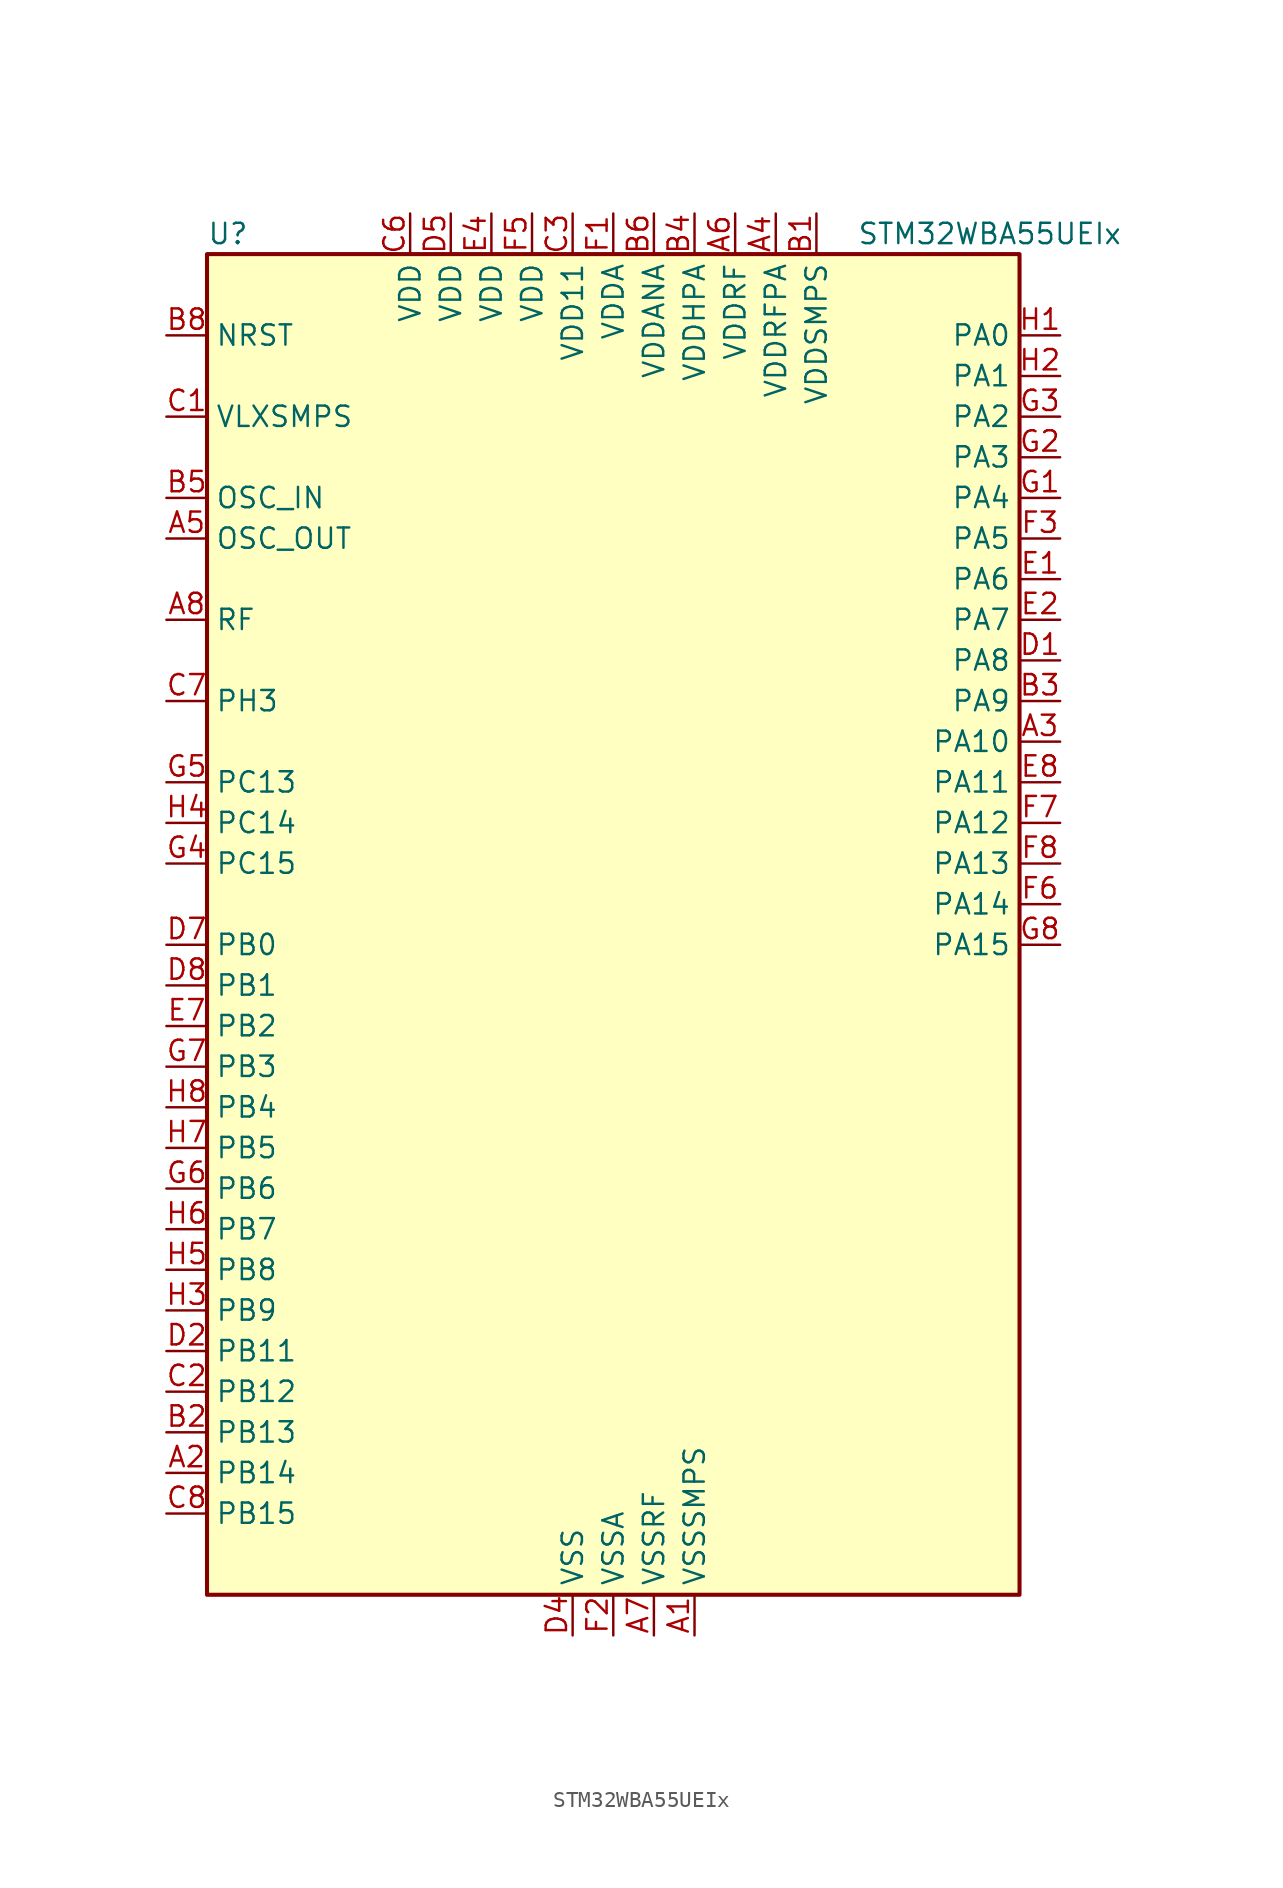
<source format=kicad_sym>
(kicad_symbol_lib
  (version 20241209)
  (generator "kicad_symbol_editor")
  (generator_version "9.0")
  (symbol "STM32WBA55UEIx"
    (property "Reference" "U"
      (at -25.4 44.45 0)
      (effects (font (size 1.27 1.27)) (justify left)))
    (property "Value" "STM32WBA55UEIx"
      (at 15.24 44.45 0)
      (effects (font (size 1.27 1.27)) (justify left)))
    (symbol "STM32WBA55UEIx_0_1"
      (rectangle (start -25.4 -40.64) (end 25.4 43.18) (stroke (width 0.254) (type default)) (fill (type background))))
    (symbol "STM32WBA55UEIx_1_1"
      (pin input line (at -27.94 38.1 0) (length 2.54) (name "NRST" (effects (font (size 1.27 1.27)))) (number "B8" (effects (font (size 1.27 1.27)))))
      (pin power_in line (at -27.94 33.02 0) (length 2.54) (name "VLXSMPS" (effects (font (size 1.27 1.27)))) (number "C1" (effects (font (size 1.27 1.27)))))
      (pin input line (at -27.94 27.94 0) (length 2.54) (name "OSC_IN" (effects (font (size 1.27 1.27)))) (number "B5" (effects (font (size 1.27 1.27)))) (alternate "RCC_OSC_IN" bidirectional line))
      (pin input line (at -27.94 25.4 0) (length 2.54) (name "OSC_OUT" (effects (font (size 1.27 1.27)))) (number "A5" (effects (font (size 1.27 1.27)))) (alternate "RCC_OSC_OUT" bidirectional line))
      (pin bidirectional line (at -27.94 20.32 0) (length 2.54) (name "RF" (effects (font (size 1.27 1.27)))) (number "A8" (effects (font (size 1.27 1.27)))))
      (pin bidirectional line (at -27.94 15.24 0) (length 2.54) (name "PH3" (effects (font (size 1.27 1.27)))) (number "C7" (effects (font (size 1.27 1.27)))) (alternate "PTA_GRANT" bidirectional line) (alternate "RF_EXTPABYP" bidirectional line) (alternate "TAMP_IN2" bidirectional line) (alternate "TAMP_OUT1" bidirectional line))
      (pin bidirectional line (at -27.94 10.16 0) (length 2.54) (name "PC13" (effects (font (size 1.27 1.27)))) (number "G5" (effects (font (size 1.27 1.27)))) (alternate "PWR_WKUP2" bidirectional line) (alternate "RTC_OUT1" bidirectional line) (alternate "RTC_TS" bidirectional line) (alternate "TAMP_IN4" bidirectional line) (alternate "TAMP_OUT5" bidirectional line) (alternate "TIM1_BKIN2" bidirectional line) (alternate "TSC_G5_IO1" bidirectional line))
      (pin bidirectional line (at -27.94 7.62 0) (length 2.54) (name "PC14" (effects (font (size 1.27 1.27)))) (number "H4" (effects (font (size 1.27 1.27)))) (alternate "RCC_OSC32_IN" bidirectional line))
      (pin bidirectional line (at -27.94 5.08 0) (length 2.54) (name "PC15" (effects (font (size 1.27 1.27)))) (number "G4" (effects (font (size 1.27 1.27)))) (alternate "ADC4_EXTI15" bidirectional line) (alternate "RCC_OSC32_OUT" bidirectional line))
      (pin bidirectional line (at -27.94 0 0) (length 2.54) (name "PB0" (effects (font (size 1.27 1.27)))) (number "D7" (effects (font (size 1.27 1.27)))) (alternate "LPTIM2_IN2" bidirectional line) (alternate "TIM1_CH3N" bidirectional line) (alternate "USART2_TX" bidirectional line))
      (pin bidirectional line (at -27.94 -2.54 0) (length 2.54) (name "PB1" (effects (font (size 1.27 1.27)))) (number "D8" (effects (font (size 1.27 1.27)))) (alternate "I2C1_SDA" bidirectional line) (alternate "I2C3_SDA" bidirectional line) (alternate "PWR_WKUP4" bidirectional line) (alternate "TIM1_CH2N" bidirectional line) (alternate "USART2_DE" bidirectional line) (alternate "USART2_RTS" bidirectional line))
      (pin bidirectional line (at -27.94 -5.08 0) (length 2.54) (name "PB2" (effects (font (size 1.27 1.27)))) (number "E7" (effects (font (size 1.27 1.27)))) (alternate "I2C1_SCL" bidirectional line) (alternate "I2C3_SCL" bidirectional line) (alternate "PWR_WKUP1" bidirectional line) (alternate "RF_ANTSW2" bidirectional line) (alternate "RTC_OUT2" bidirectional line) (alternate "TIM1_CH1N" bidirectional line) (alternate "USART2_CTS" bidirectional line))
      (pin bidirectional line (at -27.94 -7.62 0) (length 2.54) (name "PB3" (effects (font (size 1.27 1.27)))) (number "G7" (effects (font (size 1.27 1.27)))) (alternate "DEBUG_JTDO-SWO" bidirectional line) (alternate "I2C1_SDA" bidirectional line) (alternate "LPTIM1_IN2" bidirectional line) (alternate "PTA_ACTIVE" bidirectional line) (alternate "SPI1_MISO" bidirectional line) (alternate "TIM17_CH1N" bidirectional line) (alternate "TIM1_CH4" bidirectional line) (alternate "TSC_G3_IO2" bidirectional line) (alternate "USART2_CK" bidirectional line))
      (pin bidirectional line (at -27.94 -10.16 0) (length 2.54) (name "PB4" (effects (font (size 1.27 1.27)))) (number "H8" (effects (font (size 1.27 1.27)))) (alternate "DEBUG_JTRST" bidirectional line) (alternate "LPTIM2_IN2" bidirectional line) (alternate "PTA_ACTIVE" bidirectional line) (alternate "PTA_PRIORITY" bidirectional line) (alternate "SAI1_MCLK_B" bidirectional line) (alternate "SPI1_SCK" bidirectional line) (alternate "TIM17_CH1" bidirectional line) (alternate "TIM1_CH3" bidirectional line) (alternate "TSC_G3_IO1" bidirectional line) (alternate "USART2_RX" bidirectional line))
      (pin bidirectional line (at -27.94 -12.7 0) (length 2.54) (name "PB5" (effects (font (size 1.27 1.27)))) (number "H7" (effects (font (size 1.27 1.27)))) (alternate "LPUART1_TX" bidirectional line) (alternate "SAI1_D2" bidirectional line) (alternate "SAI1_FS_B" bidirectional line) (alternate "TIM3_CH1" bidirectional line) (alternate "TSC_G5_IO4" bidirectional line))
      (pin bidirectional line (at -27.94 -15.24 0) (length 2.54) (name "PB6" (effects (font (size 1.27 1.27)))) (number "G6" (effects (font (size 1.27 1.27)))) (alternate "PWR_WKUP3" bidirectional line) (alternate "SAI1_SCK_B" bidirectional line) (alternate "TIM2_CH1" bidirectional line) (alternate "TIM2_ETR" bidirectional line) (alternate "TSC_G5_IO3" bidirectional line))
      (pin bidirectional line (at -27.94 -17.78 0) (length 2.54) (name "PB7" (effects (font (size 1.27 1.27)))) (number "H6" (effects (font (size 1.27 1.27)))) (alternate "PWR_WKUP5" bidirectional line) (alternate "SAI1_SD_B" bidirectional line) (alternate "TAMP_IN5" bidirectional line) (alternate "TAMP_OUT4" bidirectional line) (alternate "TIM1_CH4N" bidirectional line) (alternate "TSC_G5_IO2" bidirectional line))
      (pin bidirectional line (at -27.94 -20.32 0) (length 2.54) (name "PB8" (effects (font (size 1.27 1.27)))) (number "H5" (effects (font (size 1.27 1.27)))) (alternate "COMP1_OUT" bidirectional line) (alternate "LPTIM1_ETR" bidirectional line) (alternate "PWR_PVD_IN" bidirectional line) (alternate "SPI3_MOSI" bidirectional line) (alternate "TIM16_CH1N" bidirectional line) (alternate "TIM1_CH1" bidirectional line) (alternate "TIM3_ETR" bidirectional line) (alternate "TSC_G2_IO4" bidirectional line) (alternate "USART2_RX" bidirectional line))
      (pin bidirectional line (at -27.94 -22.86 0) (length 2.54) (name "PB9" (effects (font (size 1.27 1.27)))) (number "H3" (effects (font (size 1.27 1.27)))) (alternate "ADC4_IN10" bidirectional line) (alternate "COMP2_INM" bidirectional line) (alternate "IR_OUT" bidirectional line) (alternate "LPTIM2_IN1" bidirectional line) (alternate "LPUART1_DE" bidirectional line) (alternate "LPUART1_RTS" bidirectional line) (alternate "PWR_WKUP8" bidirectional line) (alternate "SPI3_MISO" bidirectional line) (alternate "TIM16_CH1" bidirectional line) (alternate "TIM1_CH3N" bidirectional line) (alternate "TIM3_CH4" bidirectional line) (alternate "TSC_G2_IO3" bidirectional line))
      (pin bidirectional line (at -27.94 -25.4 0) (length 2.54) (name "PB11" (effects (font (size 1.27 1.27)))) (number "D2" (effects (font (size 1.27 1.27)))) (alternate "LPTIM1_CH1" bidirectional line) (alternate "LPTIM1_ETR" bidirectional line) (alternate "LPUART1_TX" bidirectional line))
      (pin bidirectional line (at -27.94 -27.94 0) (length 2.54) (name "PB12" (effects (font (size 1.27 1.27)))) (number "C2" (effects (font (size 1.27 1.27)))) (alternate "SAI1_SD_A" bidirectional line) (alternate "SPI1_RDY" bidirectional line) (alternate "TIM2_CH1" bidirectional line) (alternate "TIM2_ETR" bidirectional line) (alternate "TIM3_ETR" bidirectional line) (alternate "TSC_SYNC" bidirectional line) (alternate "USART1_TX" bidirectional line))
      (pin bidirectional line (at -27.94 -30.48 0) (length 2.54) (name "PB13" (effects (font (size 1.27 1.27)))) (number "B2" (effects (font (size 1.27 1.27)))) (alternate "TIM3_CH4" bidirectional line) (alternate "TSC_G6_IO2" bidirectional line))
      (pin bidirectional line (at -27.94 -33.02 0) (length 2.54) (name "PB14" (effects (font (size 1.27 1.27)))) (number "A2" (effects (font (size 1.27 1.27)))) (alternate "PWR_WKUP7" bidirectional line) (alternate "RTC_REFIN" bidirectional line) (alternate "SAI1_SD_A" bidirectional line) (alternate "TIM3_CH3" bidirectional line) (alternate "TSC_G6_IO1" bidirectional line) (alternate "USART1_TX" bidirectional line))
      (pin bidirectional line (at -27.94 -35.56 0) (length 2.54) (name "PB15" (effects (font (size 1.27 1.27)))) (number "C8" (effects (font (size 1.27 1.27)))) (alternate "ADC4_EXTI15" bidirectional line) (alternate "I2C1_SMBA" bidirectional line) (alternate "I2C3_SMBA" bidirectional line) (alternate "LPUART1_CTS" bidirectional line) (alternate "PTA_GRANT" bidirectional line) (alternate "RF_EXTPABYP" bidirectional line) (alternate "TIM16_BKIN" bidirectional line) (alternate "TIM1_BKIN2" bidirectional line) (alternate "USART2_CTS" bidirectional line))
      (pin power_in line (at -12.7 45.72 270) (length 2.54) (name "VDD" (effects (font (size 1.27 1.27)))) (number "C6" (effects (font (size 1.27 1.27)))))
      (pin power_in line (at -10.16 45.72 270) (length 2.54) (name "VDD" (effects (font (size 1.27 1.27)))) (number "D5" (effects (font (size 1.27 1.27)))))
      (pin power_in line (at -7.62 45.72 270) (length 2.54) (name "VDD" (effects (font (size 1.27 1.27)))) (number "E4" (effects (font (size 1.27 1.27)))))
      (pin power_in line (at -5.08 45.72 270) (length 2.54) (name "VDD" (effects (font (size 1.27 1.27)))) (number "F5" (effects (font (size 1.27 1.27)))))
      (pin power_in line (at -2.54 45.72 270) (length 2.54) (name "VDD11" (effects (font (size 1.27 1.27)))) (number "C3" (effects (font (size 1.27 1.27)))))
      (pin power_in line (at -2.54 -43.18 90) (length 2.54) (name "VSS" (effects (font (size 1.27 1.27)))) (number "D4" (effects (font (size 1.27 1.27)))))
      (pin passive line (at -2.54 -43.18 90) (length 2.54) (hide yes) (name "VSS" (effects (font (size 1.27 1.27)))) (number "D6" (effects (font (size 1.27 1.27)))))
      (pin passive line (at -2.54 -43.18 90) (length 2.54) (hide yes) (name "VSS" (effects (font (size 1.27 1.27)))) (number "E3" (effects (font (size 1.27 1.27)))))
      (pin passive line (at -2.54 -43.18 90) (length 2.54) (hide yes) (name "VSS" (effects (font (size 1.27 1.27)))) (number "E5" (effects (font (size 1.27 1.27)))))
      (pin power_in line (at 0 45.72 270) (length 2.54) (name "VDDA" (effects (font (size 1.27 1.27)))) (number "F1" (effects (font (size 1.27 1.27)))))
      (pin power_in line (at 0 -43.18 90) (length 2.54) (name "VSSA" (effects (font (size 1.27 1.27)))) (number "F2" (effects (font (size 1.27 1.27)))))
      (pin power_in line (at 2.54 45.72 270) (length 2.54) (name "VDDANA" (effects (font (size 1.27 1.27)))) (number "B6" (effects (font (size 1.27 1.27)))))
      (pin power_in line (at 2.54 -43.18 90) (length 2.54) (name "VSSRF" (effects (font (size 1.27 1.27)))) (number "A7" (effects (font (size 1.27 1.27)))))
      (pin passive line (at 2.54 -43.18 90) (length 2.54) (hide yes) (name "VSSRF" (effects (font (size 1.27 1.27)))) (number "B7" (effects (font (size 1.27 1.27)))))
      (pin power_in line (at 5.08 45.72 270) (length 2.54) (name "VDDHPA" (effects (font (size 1.27 1.27)))) (number "B4" (effects (font (size 1.27 1.27)))))
      (pin power_in line (at 5.08 -43.18 90) (length 2.54) (name "VSSSMPS" (effects (font (size 1.27 1.27)))) (number "A1" (effects (font (size 1.27 1.27)))))
      (pin power_in line (at 7.62 45.72 270) (length 2.54) (name "VDDRF" (effects (font (size 1.27 1.27)))) (number "A6" (effects (font (size 1.27 1.27)))))
      (pin power_in line (at 10.16 45.72 270) (length 2.54) (name "VDDRFPA" (effects (font (size 1.27 1.27)))) (number "A4" (effects (font (size 1.27 1.27)))))
      (pin power_in line (at 12.7 45.72 270) (length 2.54) (name "VDDSMPS" (effects (font (size 1.27 1.27)))) (number "B1" (effects (font (size 1.27 1.27)))))
      (pin bidirectional line (at 27.94 38.1 180) (length 2.54) (name "PA0" (effects (font (size 1.27 1.27)))) (number "H1" (effects (font (size 1.27 1.27)))) (alternate "ADC4_IN9" bidirectional line) (alternate "COMP2_INP" bidirectional line) (alternate "LPTIM1_IN1" bidirectional line) (alternate "LPUART1_CTS" bidirectional line) (alternate "PWR_WKUP1" bidirectional line) (alternate "SPI3_SCK" bidirectional line) (alternate "TIM1_CH2N" bidirectional line) (alternate "TIM3_CH3" bidirectional line) (alternate "TIM3_ETR" bidirectional line) (alternate "TSC_G2_IO2" bidirectional line))
      (pin bidirectional line (at 27.94 35.56 180) (length 2.54) (name "PA1" (effects (font (size 1.27 1.27)))) (number "H2" (effects (font (size 1.27 1.27)))) (alternate "ADC4_IN8" bidirectional line) (alternate "COMP1_INM" bidirectional line) (alternate "LPTIM2_CH2" bidirectional line) (alternate "LPUART1_RX" bidirectional line) (alternate "PWR_WKUP3" bidirectional line) (alternate "SAI1_CK1" bidirectional line) (alternate "SPI1_RDY" bidirectional line) (alternate "TIM17_CH1" bidirectional line) (alternate "TIM1_CH1N" bidirectional line) (alternate "TIM3_CH2" bidirectional line) (alternate "TSC_G2_IO1" bidirectional line) (alternate "USART1_CK" bidirectional line))
      (pin bidirectional line (at 27.94 33.02 180) (length 2.54) (name "PA2" (effects (font (size 1.27 1.27)))) (number "G3" (effects (font (size 1.27 1.27)))) (alternate "ADC4_IN7" bidirectional line) (alternate "COMP1_INP" bidirectional line) (alternate "LPUART1_TX" bidirectional line) (alternate "PWR_WKUP4" bidirectional line) (alternate "RCC_LSCO" bidirectional line) (alternate "SAI1_D1" bidirectional line) (alternate "TIM16_CH1" bidirectional line) (alternate "TIM1_BKIN" bidirectional line) (alternate "TIM3_CH1" bidirectional line) (alternate "TSC_G4_IO4" bidirectional line) (alternate "USART1_DE" bidirectional line) (alternate "USART1_RTS" bidirectional line))
      (pin bidirectional line (at 27.94 30.48 180) (length 2.54) (name "PA3" (effects (font (size 1.27 1.27)))) (number "G2" (effects (font (size 1.27 1.27)))) (alternate "ADC4_IN6" bidirectional line) (alternate "PWR_WKUP5" bidirectional line) (alternate "TIM16_CH1N" bidirectional line) (alternate "TSC_G4_IO2" bidirectional line) (alternate "USART1_DE" bidirectional line) (alternate "USART1_RTS" bidirectional line))
      (pin bidirectional line (at 27.94 27.94 180) (length 2.54) (name "PA4" (effects (font (size 1.27 1.27)))) (number "G1" (effects (font (size 1.27 1.27)))) (alternate "ADC4_IN5" bidirectional line) (alternate "AUDIOCLK" bidirectional line) (alternate "PWR_WKUP2" bidirectional line) (alternate "TAMP_IN6" bidirectional line) (alternate "TAMP_OUT3" bidirectional line) (alternate "TIM16_CH1" bidirectional line) (alternate "TSC_G4_IO1" bidirectional line) (alternate "USART1_CTS" bidirectional line))
      (pin bidirectional line (at 27.94 25.4 180) (length 2.54) (name "PA5" (effects (font (size 1.27 1.27)))) (number "F3" (effects (font (size 1.27 1.27)))) (alternate "ADC4_IN4" bidirectional line) (alternate "AUDIOCLK" bidirectional line) (alternate "LPTIM2_ETR" bidirectional line) (alternate "PWR_CSLEEP" bidirectional line) (alternate "PWR_WKUP6" bidirectional line) (alternate "SAI1_D2" bidirectional line) (alternate "SPI3_NSS" bidirectional line) (alternate "TIM2_CH1" bidirectional line) (alternate "TIM2_ETR" bidirectional line) (alternate "TSC_G1_IO4" bidirectional line) (alternate "USART1_CK" bidirectional line))
      (pin bidirectional line (at 27.94 22.86 180) (length 2.54) (name "PA6" (effects (font (size 1.27 1.27)))) (number "E1" (effects (font (size 1.27 1.27)))) (alternate "ADC4_IN3" bidirectional line) (alternate "I2C3_SCL" bidirectional line) (alternate "PWR_CSTOP" bidirectional line) (alternate "PWR_WKUP7" bidirectional line) (alternate "SAI1_CK2" bidirectional line) (alternate "SAI1_MCLK_A" bidirectional line) (alternate "SPI3_RDY" bidirectional line) (alternate "TIM2_CH4" bidirectional line) (alternate "TSC_G1_IO3" bidirectional line) (alternate "USART1_DE" bidirectional line) (alternate "USART1_RTS" bidirectional line))
      (pin bidirectional line (at 27.94 20.32 180) (length 2.54) (name "PA7" (effects (font (size 1.27 1.27)))) (number "E2" (effects (font (size 1.27 1.27)))) (alternate "ADC4_IN2" bidirectional line) (alternate "COMP1_OUT" bidirectional line) (alternate "I2C3_SDA" bidirectional line) (alternate "PWR_WKUP8" bidirectional line) (alternate "SAI1_SCK_A" bidirectional line) (alternate "TAMP_IN1" bidirectional line) (alternate "TAMP_OUT2" bidirectional line) (alternate "TIM2_CH3" bidirectional line) (alternate "TSC_G1_IO2" bidirectional line) (alternate "USART1_CTS" bidirectional line))
      (pin bidirectional line (at 27.94 17.78 180) (length 2.54) (name "PA8" (effects (font (size 1.27 1.27)))) (number "D1" (effects (font (size 1.27 1.27)))) (alternate "ADC4_IN1" bidirectional line) (alternate "LPTIM1_CH2" bidirectional line) (alternate "RCC_MCO" bidirectional line) (alternate "SAI1_FS_A" bidirectional line) (alternate "SPI3_RDY" bidirectional line) (alternate "TIM2_CH2" bidirectional line) (alternate "TSC_G1_IO1" bidirectional line) (alternate "USART1_RX" bidirectional line))
      (pin bidirectional line (at 27.94 15.24 180) (length 2.54) (name "PA9" (effects (font (size 1.27 1.27)))) (number "B3" (effects (font (size 1.27 1.27)))) (alternate "LPUART1_DE" bidirectional line) (alternate "LPUART1_RTS" bidirectional line) (alternate "SAI1_CK1" bidirectional line) (alternate "TIM3_CH2" bidirectional line))
      (pin bidirectional line (at 27.94 12.7 180) (length 2.54) (name "PA10" (effects (font (size 1.27 1.27)))) (number "A3" (effects (font (size 1.27 1.27)))) (alternate "LPUART1_RX" bidirectional line) (alternate "SAI1_D1" bidirectional line) (alternate "TIM3_CH1" bidirectional line))
      (pin bidirectional line (at 27.94 10.16 180) (length 2.54) (name "PA11" (effects (font (size 1.27 1.27)))) (number "E8" (effects (font (size 1.27 1.27)))) (alternate "LPTIM2_CH1" bidirectional line) (alternate "RF_ANTSW1" bidirectional line) (alternate "TIM1_CH1" bidirectional line) (alternate "USART2_RX" bidirectional line))
      (pin bidirectional line (at 27.94 7.62 180) (length 2.54) (name "PA12" (effects (font (size 1.27 1.27)))) (number "F7" (effects (font (size 1.27 1.27)))) (alternate "COMP2_OUT" bidirectional line) (alternate "PTA_STATUS" bidirectional line) (alternate "PWR_WKUP6" bidirectional line) (alternate "RF_ANTSW0" bidirectional line) (alternate "SPI1_NSS" bidirectional line) (alternate "TIM1_CH2" bidirectional line) (alternate "TSC_G3_IO4" bidirectional line) (alternate "USART2_TX" bidirectional line))
      (pin bidirectional line (at 27.94 5.08 180) (length 2.54) (name "PA13" (effects (font (size 1.27 1.27)))) (number "F8" (effects (font (size 1.27 1.27)))) (alternate "DEBUG_JTMS-SWDIO" bidirectional line) (alternate "IR_OUT" bidirectional line) (alternate "PTA_PRIORITY" bidirectional line))
      (pin bidirectional line (at 27.94 2.54 180) (length 2.54) (name "PA14" (effects (font (size 1.27 1.27)))) (number "F6" (effects (font (size 1.27 1.27)))) (alternate "COMP2_OUT" bidirectional line) (alternate "DEBUG_JTCK-SWCLK" bidirectional line) (alternate "PTA_STATUS" bidirectional line) (alternate "TAMP_IN3" bidirectional line) (alternate "TAMP_OUT6" bidirectional line) (alternate "USART2_TX" bidirectional line))
      (pin bidirectional line (at 27.94 0 180) (length 2.54) (name "PA15" (effects (font (size 1.27 1.27)))) (number "G8" (effects (font (size 1.27 1.27)))) (alternate "ADC4_EXTI15" bidirectional line) (alternate "DEBUG_JTDI" bidirectional line) (alternate "I2C1_SCL" bidirectional line) (alternate "LPTIM1_CH2" bidirectional line) (alternate "PTA_STATUS" bidirectional line) (alternate "SPI1_MOSI" bidirectional line) (alternate "TIM17_BKIN" bidirectional line) (alternate "TIM1_ETR" bidirectional line) (alternate "TSC_G3_IO3" bidirectional line) (alternate "USART2_DE" bidirectional line) (alternate "USART2_RTS" bidirectional line)))))
</source>
